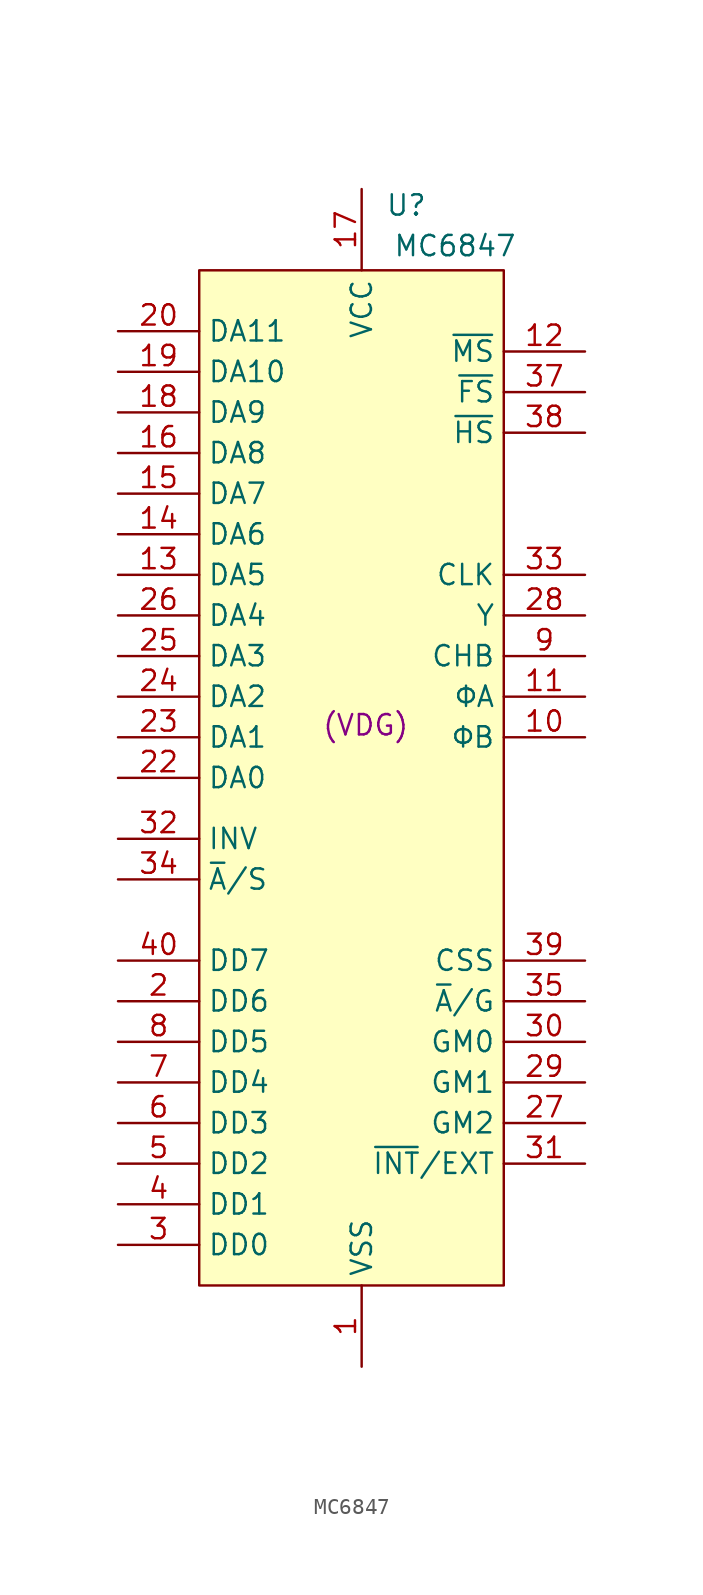
<source format=kicad_sym>
(kicad_symbol_lib
  (version 20231120)
  (generator "kicad_symbol_editor")
  (generator_version "8.0")
  (symbol "MC6847"
    (property "Reference" "U"
      (at 2.794 35.814 0)
      (effects (font (size 1.27 1.27))))
    (property "Value" "MC6847"
      (at 5.842 33.274 0)
      (effects (font (size 1.27 1.27))))
    (property "Extra" "(VDG)"
      (at 0.254 3.302 0)
      (effects (font (size 1.27 1.27))))
    (symbol "MC6847_0_1"
      (rectangle (start -10.16 31.75) (end 8.89 -31.75) (stroke (width 0) (type default)) (fill (type background))))
    (symbol "MC6847_1_0"
      (pin power_in line (at 0 -36.83 90) (length 5.08) (name "VSS" (effects (font (size 1.27 1.27)))) (number "1" (effects (font (size 1.27 1.27)))))
      (pin output line (at 13.97 2.54 180) (length 5.08) (name "ΦB" (effects (font (size 1.27 1.27)))) (number "10" (effects (font (size 1.27 1.27)))))
      (pin output line (at 13.97 5.08 180) (length 5.08) (name "ΦA" (effects (font (size 1.27 1.27)))) (number "11" (effects (font (size 1.27 1.27)))))
      (pin input line (at 13.97 26.67 180) (length 5.08) (name "~{MS}" (effects (font (size 1.27 1.27)))) (number "12" (effects (font (size 1.27 1.27)))))
      (pin output line (at -15.24 12.7 0) (length 5.08) (name "DA5" (effects (font (size 1.27 1.27)))) (number "13" (effects (font (size 1.27 1.27)))))
      (pin output line (at -15.24 15.24 0) (length 5.08) (name "DA6" (effects (font (size 1.27 1.27)))) (number "14" (effects (font (size 1.27 1.27)))))
      (pin output line (at -15.24 17.78 0) (length 5.08) (name "DA7" (effects (font (size 1.27 1.27)))) (number "15" (effects (font (size 1.27 1.27)))))
      (pin output line (at -15.24 20.32 0) (length 5.08) (name "DA8" (effects (font (size 1.27 1.27)))) (number "16" (effects (font (size 1.27 1.27)))))
      (pin power_in line (at 0 36.83 270) (length 5.08) (name "VCC" (effects (font (size 1.27 1.27)))) (number "17" (effects (font (size 1.27 1.27)))))
      (pin output line (at -15.24 22.86 0) (length 5.08) (name "DA9" (effects (font (size 1.27 1.27)))) (number "18" (effects (font (size 1.27 1.27)))))
      (pin output line (at -15.24 25.4 0) (length 5.08) (name "DA10" (effects (font (size 1.27 1.27)))) (number "19" (effects (font (size 1.27 1.27)))))
      (pin input line (at -15.24 -13.97 0) (length 5.08) (name "DD6" (effects (font (size 1.27 1.27)))) (number "2" (effects (font (size 1.27 1.27)))))
      (pin output line (at -15.24 27.94 0) (length 5.08) (name "DA11" (effects (font (size 1.27 1.27)))) (number "20" (effects (font (size 1.27 1.27)))))
      (pin no_connect line (at 0 -10.16 90) (length 5.08) hide (name "DA12" (effects (font (size 1.27 1.27)))) (number "21" (effects (font (size 1.27 1.27)))))
      (pin output line (at -15.24 0 0) (length 5.08) (name "DA0" (effects (font (size 1.27 1.27)))) (number "22" (effects (font (size 1.27 1.27)))))
      (pin output line (at -15.24 2.54 0) (length 5.08) (name "DA1" (effects (font (size 1.27 1.27)))) (number "23" (effects (font (size 1.27 1.27)))))
      (pin output line (at -15.24 5.08 0) (length 5.08) (name "DA2" (effects (font (size 1.27 1.27)))) (number "24" (effects (font (size 1.27 1.27)))))
      (pin output line (at -15.24 7.62 0) (length 5.08) (name "DA3" (effects (font (size 1.27 1.27)))) (number "25" (effects (font (size 1.27 1.27)))))
      (pin output line (at -15.24 10.16 0) (length 5.08) (name "DA4" (effects (font (size 1.27 1.27)))) (number "26" (effects (font (size 1.27 1.27)))))
      (pin input line (at 13.97 -21.59 180) (length 5.08) (name "GM2" (effects (font (size 1.27 1.27)))) (number "27" (effects (font (size 1.27 1.27)))))
      (pin output line (at 13.97 10.16 180) (length 5.08) (name "Y" (effects (font (size 1.27 1.27)))) (number "28" (effects (font (size 1.27 1.27)))))
      (pin input line (at 13.97 -19.05 180) (length 5.08) (name "GM1" (effects (font (size 1.27 1.27)))) (number "29" (effects (font (size 1.27 1.27)))))
      (pin input line (at -15.24 -29.21 0) (length 5.08) (name "DD0" (effects (font (size 1.27 1.27)))) (number "3" (effects (font (size 1.27 1.27)))))
      (pin input line (at 13.97 -16.51 180) (length 5.08) (name "GM0" (effects (font (size 1.27 1.27)))) (number "30" (effects (font (size 1.27 1.27)))))
      (pin input line (at 13.97 -24.13 180) (length 5.08) (name "~{INT}/EXT" (effects (font (size 1.27 1.27)))) (number "31" (effects (font (size 1.27 1.27)))))
      (pin input line (at -15.24 -3.81 0) (length 5.08) (name "INV" (effects (font (size 1.27 1.27)))) (number "32" (effects (font (size 1.27 1.27)))))
      (pin input line (at 13.97 12.7 180) (length 5.08) (name "CLK" (effects (font (size 1.27 1.27)))) (number "33" (effects (font (size 1.27 1.27)))))
      (pin input line (at -15.24 -6.35 0) (length 5.08) (name "~{A}/S" (effects (font (size 1.27 1.27)))) (number "34" (effects (font (size 1.27 1.27)))))
      (pin input line (at 13.97 -13.97 180) (length 5.08) (name "~{A}/G" (effects (font (size 1.27 1.27)))) (number "35" (effects (font (size 1.27 1.27)))))
      (pin no_connect line (at 0 -11.43 270) (length 5.08) hide (name "~{RP}" (effects (font (size 1.27 1.27)))) (number "36" (effects (font (size 1.27 1.27)))))
      (pin output line (at 13.97 24.13 180) (length 5.08) (name "~{FS}" (effects (font (size 1.27 1.27)))) (number "37" (effects (font (size 1.27 1.27)))))
      (pin output line (at 13.97 21.59 180) (length 5.08) (name "~{HS}" (effects (font (size 1.27 1.27)))) (number "38" (effects (font (size 1.27 1.27)))))
      (pin input line (at 13.97 -11.43 180) (length 5.08) (name "CSS" (effects (font (size 1.27 1.27)))) (number "39" (effects (font (size 1.27 1.27)))))
      (pin input line (at -15.24 -26.67 0) (length 5.08) (name "DD1" (effects (font (size 1.27 1.27)))) (number "4" (effects (font (size 1.27 1.27)))))
      (pin input line (at -15.24 -11.43 0) (length 5.08) (name "DD7" (effects (font (size 1.27 1.27)))) (number "40" (effects (font (size 1.27 1.27)))))
      (pin input line (at -15.24 -24.13 0) (length 5.08) (name "DD2" (effects (font (size 1.27 1.27)))) (number "5" (effects (font (size 1.27 1.27)))))
      (pin input line (at -15.24 -21.59 0) (length 5.08) (name "DD3" (effects (font (size 1.27 1.27)))) (number "6" (effects (font (size 1.27 1.27)))))
      (pin input line (at -15.24 -19.05 0) (length 5.08) (name "DD4" (effects (font (size 1.27 1.27)))) (number "7" (effects (font (size 1.27 1.27)))))
      (pin input line (at -15.24 -16.51 0) (length 5.08) (name "DD5" (effects (font (size 1.27 1.27)))) (number "8" (effects (font (size 1.27 1.27)))))
      (pin output line (at 13.97 7.62 180) (length 5.08) (name "CHB" (effects (font (size 1.27 1.27)))) (number "9" (effects (font (size 1.27 1.27))))))))
</source>
